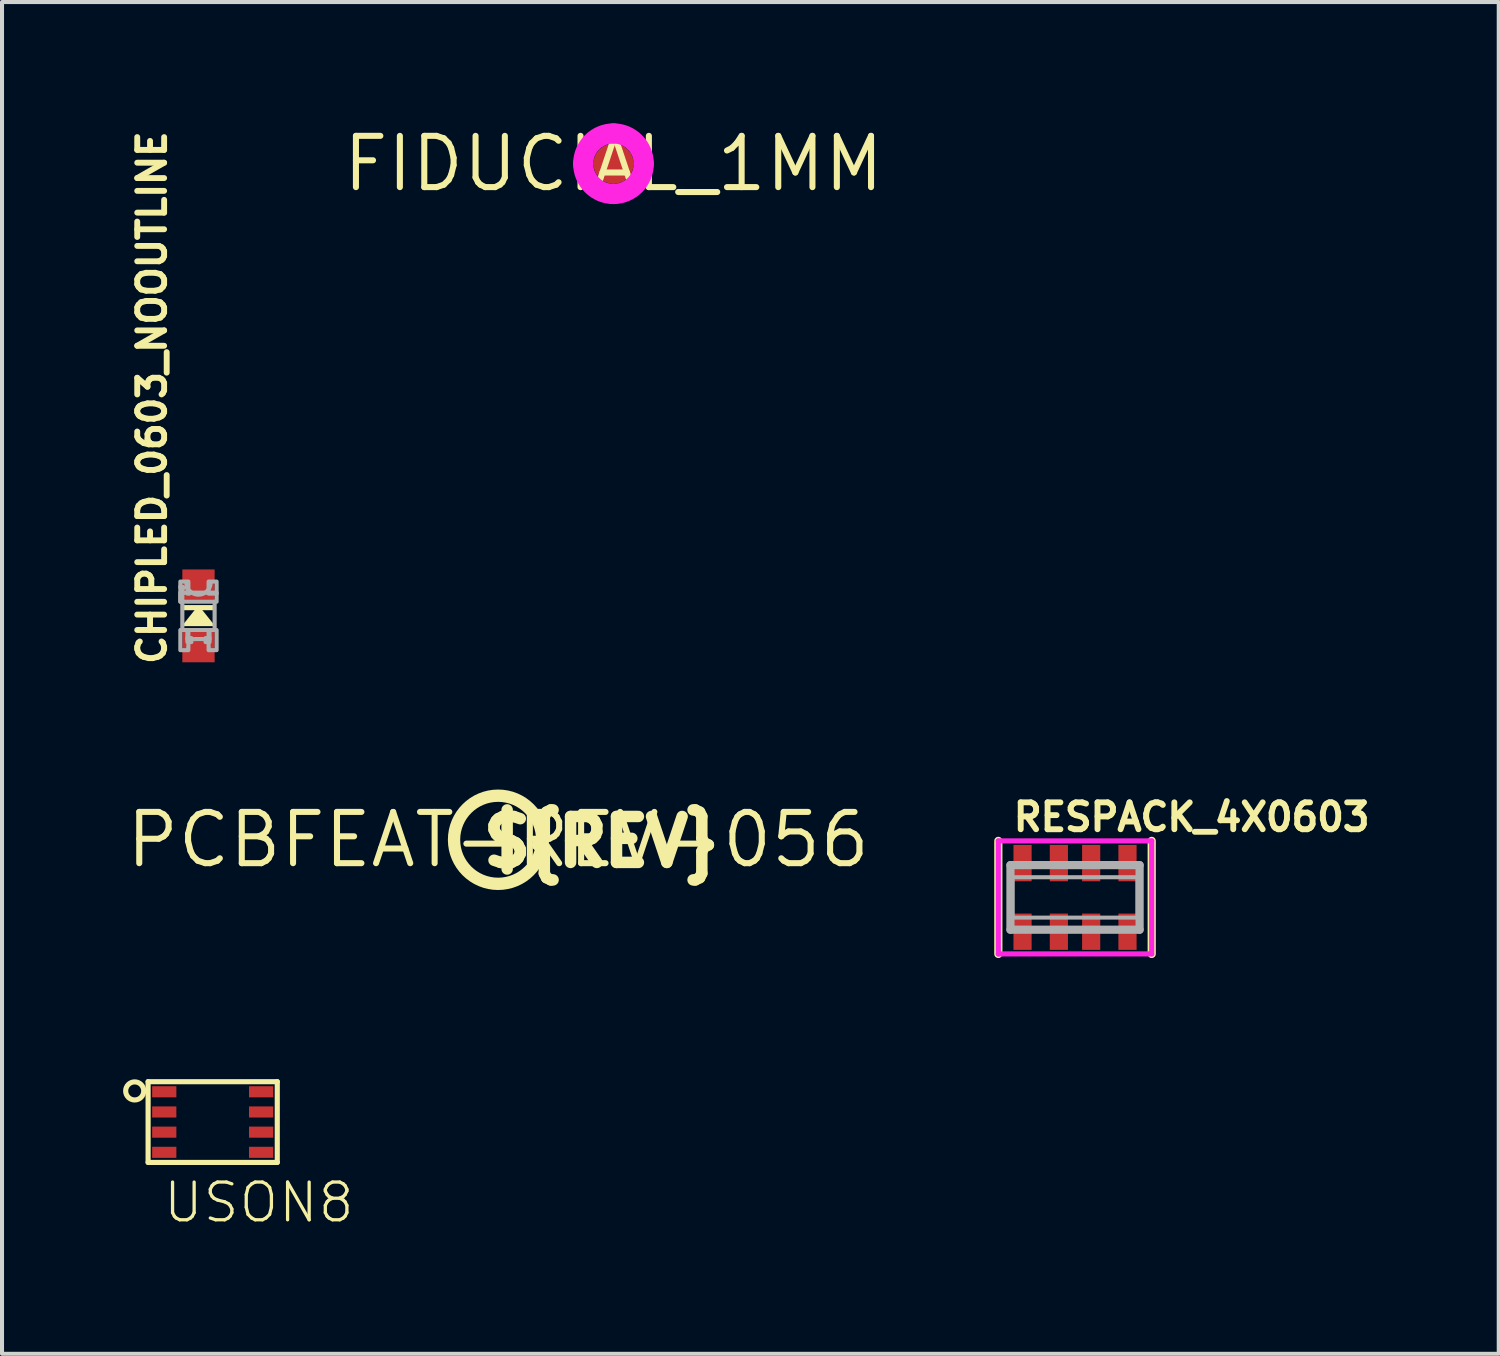
<source format=kicad_pcb>
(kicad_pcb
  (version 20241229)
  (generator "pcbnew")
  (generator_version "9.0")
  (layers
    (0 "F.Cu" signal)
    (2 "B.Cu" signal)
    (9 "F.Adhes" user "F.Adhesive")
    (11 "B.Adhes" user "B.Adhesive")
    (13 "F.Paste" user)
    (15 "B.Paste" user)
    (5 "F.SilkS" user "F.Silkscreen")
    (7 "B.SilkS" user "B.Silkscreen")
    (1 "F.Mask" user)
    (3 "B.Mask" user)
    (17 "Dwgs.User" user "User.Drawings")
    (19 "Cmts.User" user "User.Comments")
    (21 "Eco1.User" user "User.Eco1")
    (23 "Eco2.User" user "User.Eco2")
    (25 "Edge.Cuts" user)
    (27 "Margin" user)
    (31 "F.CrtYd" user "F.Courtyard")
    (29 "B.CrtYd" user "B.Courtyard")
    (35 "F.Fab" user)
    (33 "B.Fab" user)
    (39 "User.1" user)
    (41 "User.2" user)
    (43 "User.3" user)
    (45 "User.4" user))
  (footprint "PCBFEAT-REV-056"
    (layer "F.Cu")
    (at 9.29 17.754)
    (property "Reference" "PCBFEAT-REV-056" (at 0 0 0) (layer "F.SilkS") (effects (font (size 1.27 1.27) (thickness 0.15))))
    (fp_circle (center 0 0) (end 1.092 0) (stroke (width 0.305) (type solid)) (fill no) (layer "F.SilkS"))
    (fp_text user "${REV}" (at -0.505 0.715 0) (unlocked yes) (layer "F.SilkS") (effects (font (size 1.138 1.138) (thickness 0.284)) (justify left bottom))))
  (footprint "CHIPLED_0603_NOOUTLINE"
    (layer "F.Cu")
    (at 1.867 12.207)
    (property "Reference" "CHIPLED_0603_NOOUTLINE" (at -0.762 1.27 90) (unlocked yes) (layer "F.SilkS") (effects (font (size 0.666 0.666) (thickness 0.146)) (justify left bottom)))
    (fp_poly (pts (xy 0.413 0.254) (xy -0.413 0.254) (xy 0 -0.262)) (stroke (width 0) (type default)) (fill yes) (layer "F.SilkS"))
    (fp_poly (pts (xy -0.381 -0.14) (xy 0.381 -0.14) (xy 0.381 -0.267) (xy -0.381 -0.267)) (stroke (width 0) (type default)) (fill yes) (layer "F.SilkS"))
    (fp_line (start -0.4 -0.375) (end -0.4 0.35) (stroke (width 0.102) (type solid)) (layer "F.Fab"))
    (fp_line (start 0.4 -0.35) (end 0.4 0.35) (stroke (width 0.102) (type solid)) (layer "F.Fab"))
    (fp_arc (start -0.275 0.825) (mid 0 0.55) (end 0.275 0.825) (stroke (width 0.0508) (type solid)) (layer "F.Fab"))
    (fp_arc (start 0.3 -0.799998) (mid -0.000001 -0.524966) (end -0.3 -0.8) (stroke (width 0.1016) (type solid)) (layer "F.Fab"))
    (fp_circle (center -0.35 -0.625) (end -0.275 -0.625) (stroke (width 0.051) (type solid)) (fill no) (layer "F.Fab"))
    (fp_poly (pts (xy -0.45 -0.7) (xy -0.25 -0.7) (xy -0.25 -0.85) (xy -0.45 -0.85)) (stroke (width 0.1) (type default)) (fill no) (layer "F.Fab"))
    (fp_poly (pts (xy -0.45 -0.35) (xy -0.4 -0.35) (xy -0.4 -0.725) (xy -0.45 -0.725)) (stroke (width 0.1) (type default)) (fill no) (layer "F.Fab"))
    (fp_poly (pts (xy -0.45 -0.35) (xy 0.45 -0.35) (xy 0.45 -0.575) (xy -0.45 -0.575)) (stroke (width 0.1) (type default)) (fill no) (layer "F.Fab"))
    (fp_poly (pts (xy -0.45 0.85) (xy -0.25 0.85) (xy -0.25 0.35) (xy -0.45 0.35)) (stroke (width 0.1) (type default)) (fill no) (layer "F.Fab"))
    (fp_poly (pts (xy -0.275 -0.55) (xy -0.225 -0.55) (xy -0.225 -0.6) (xy -0.275 -0.6)) (stroke (width 0.1) (type default)) (fill no) (layer "F.Fab"))
    (fp_poly (pts (xy -0.275 0.575) (xy 0.275 0.575) (xy 0.275 0.35) (xy -0.275 0.35)) (stroke (width 0.1) (type default)) (fill no) (layer "F.Fab"))
    (fp_poly (pts (xy -0.275 0.65) (xy -0.175 0.65) (xy -0.175 0.55) (xy -0.275 0.55)) (stroke (width 0.1) (type default)) (fill no) (layer "F.Fab"))
    (fp_poly (pts (xy 0.175 0.65) (xy 0.275 0.65) (xy 0.275 0.55) (xy 0.175 0.55)) (stroke (width 0.1) (type default)) (fill no) (layer "F.Fab"))
    (fp_poly (pts (xy 0.25 -0.55) (xy 0.45 -0.55) (xy 0.45 -0.85) (xy 0.25 -0.85)) (stroke (width 0.1) (type default)) (fill no) (layer "F.Fab"))
    (fp_poly (pts (xy 0.25 0.85) (xy 0.45 0.85) (xy 0.45 0.35) (xy 0.25 0.35)) (stroke (width 0.1) (type default)) (fill no) (layer "F.Fab"))
    (pad "A" smd rect (at 0 0.75) (size 0.8 0.8) (layers "F.Cu" "F.Mask" "F.Paste"))
    (pad "C" smd rect (at 0 -0.75) (size 0.8 0.8) (layers "F.Cu" "F.Mask" "F.Paste")))
  (footprint "RESPACK_4X0603"
    (layer "F.Cu")
    (at 23.582 19.182)
    (property "Reference" "RESPACK_4X0603" (at -1.6 -1.6 0) (unlocked yes) (layer "F.SilkS") (effects (font (size 0.666 0.666) (thickness 0.146)) (justify left bottom)))
    (fp_line (start -1.9 1.4) (end -1.9 -1.4) (stroke (width 0.203) (type solid)) (layer "F.SilkS"))
    (fp_line (start 1.9 -1.4) (end 1.9 1.4) (stroke (width 0.203) (type solid)) (layer "F.SilkS"))
    (fp_line (start -1.9 -1.4) (end 1.9 -1.4) (stroke (width 0.127) (type solid)) (layer "F.CrtYd"))
    (fp_line (start -1.9 1.4) (end -1.9 -1.4) (stroke (width 0.127) (type solid)) (layer "F.CrtYd"))
    (fp_line (start -1.9 1.4) (end 1.9 1.4) (stroke (width 0.127) (type solid)) (layer "F.CrtYd"))
    (fp_line (start 1.9 -1.4) (end 1.9 1.4) (stroke (width 0.127) (type solid)) (layer "F.CrtYd"))
    (fp_line (start -1.6 -0.8) (end 1.6 -0.8) (stroke (width 0.203) (type solid)) (layer "F.Fab"))
    (fp_line (start -1.6 0.8) (end -1.6 -0.8) (stroke (width 0.203) (type solid)) (layer "F.Fab"))
    (fp_line (start 1.6 -0.8) (end 1.6 0.8) (stroke (width 0.203) (type solid)) (layer "F.Fab"))
    (fp_line (start 1.6 0.8) (end -1.6 0.8) (stroke (width 0.203) (type solid)) (layer "F.Fab"))
    (fp_poly (pts (xy -1.55 0.5) (xy 1.55 0.5) (xy 1.55 -0.5) (xy -1.55 -0.5)) (stroke (width 0.1) (type default)) (fill no) (layer "F.Fab"))
    (pad "1" smd rect (at -1.3 0.85) (size 0.45 0.9) (layers "F.Cu" "F.Mask" "F.Paste"))
    (pad "2" smd rect (at -0.4 0.85) (size 0.45 0.9) (layers "F.Cu" "F.Mask" "F.Paste"))
    (pad "3" smd rect (at 0.4 0.85) (size 0.45 0.9) (layers "F.Cu" "F.Mask" "F.Paste"))
    (pad "4" smd rect (at 1.3 0.85) (size 0.45 0.9) (layers "F.Cu" "F.Mask" "F.Paste"))
    (pad "5" smd rect (at 1.3 -0.85) (size 0.45 0.9) (layers "F.Cu" "F.Mask" "F.Paste"))
    (pad "6" smd rect (at 0.4 -0.85) (size 0.45 0.9) (layers "F.Cu" "F.Mask" "F.Paste"))
    (pad "7" smd rect (at -0.4 -0.85) (size 0.45 0.9) (layers "F.Cu" "F.Mask" "F.Paste"))
    (pad "8" smd rect (at -1.3 -0.85) (size 0.45 0.9) (layers "F.Cu" "F.Mask" "F.Paste")))
  (footprint "USON8"
    (layer "F.Cu")
    (at 2.219 24.747)
    (property "Reference" "USON8" (at -1.27 2.54 0) (unlocked yes) (layer "F.SilkS") (effects (font (size 0.935 0.935) (thickness 0.081)) (justify left bottom)))
    (fp_line (start -1.6 -1) (end 1.6 -1) (stroke (width 0.127) (type solid)) (layer "F.SilkS"))
    (fp_line (start -1.6 1) (end -1.6 -1) (stroke (width 0.127) (type solid)) (layer "F.SilkS"))
    (fp_line (start 1.6 -1) (end 1.6 1) (stroke (width 0.127) (type solid)) (layer "F.SilkS"))
    (fp_line (start 1.6 1) (end -1.6 1) (stroke (width 0.127) (type solid)) (layer "F.SilkS"))
    (fp_circle (center -1.932 -0.771) (end -1.708 -0.771) (stroke (width 0.127) (type solid)) (fill no) (layer "F.SilkS"))
    (pad "1" smd rect (at -1.2 -0.75 90) (size 0.275 0.6) (layers "F.Cu" "F.Mask" "F.Paste"))
    (pad "2" smd rect (at -1.2 -0.25 90) (size 0.275 0.6) (layers "F.Cu" "F.Mask" "F.Paste"))
    (pad "3" smd rect (at -1.2 0.25 90) (size 0.275 0.6) (layers "F.Cu" "F.Mask" "F.Paste"))
    (pad "4" smd rect (at -1.2 0.75 90) (size 0.275 0.6) (layers "F.Cu" "F.Mask" "F.Paste"))
    (pad "5" smd rect (at 1.2 0.75 90) (size 0.275 0.6) (layers "F.Cu" "F.Mask" "F.Paste"))
    (pad "6" smd rect (at 1.2 0.25 90) (size 0.275 0.6) (layers "F.Cu" "F.Mask" "F.Paste"))
    (pad "7" smd rect (at 1.2 -0.25 90) (size 0.275 0.6) (layers "F.Cu" "F.Mask" "F.Paste"))
    (pad "8" smd rect (at 1.2 -0.75 90) (size 0.275 0.6) (layers "F.Cu" "F.Mask" "F.Paste")))
  (footprint "FIDUCIAL_1MM"
    (layer "F.Cu")
    (at 12.148 1.006)
    (property "Reference" "FIDUCIAL_1MM" (at 0 0 0) (layer "F.SilkS") (effects (font (size 1.27 1.27) (thickness 0.15))))
    (fp_arc (start -0.75 0) (mid -0.53033 -0.53033) (end 0 -0.75) (stroke (width 0.4699) (type solid)) (layer "F.Mask"))
    (fp_arc (start 0 -0.75) (mid 0.53033 -0.53033) (end 0.75 0) (stroke (width 0.4699) (type solid)) (layer "F.Mask"))
    (fp_arc (start 0 0.75) (mid -0.53033 0.53033) (end -0.75 0) (stroke (width 0.4699) (type solid)) (layer "F.Mask"))
    (fp_arc (start 0.75 0) (mid 0.53033 0.53033) (end 0 0.75) (stroke (width 0.4699) (type solid)) (layer "F.Mask"))
    (fp_arc (start -0.75 0) (mid -0.53033 -0.53033) (end 0 -0.75) (stroke (width 0.5) (type solid)) (layer "F.CrtYd"))
    (fp_arc (start 0 -0.75) (mid 0.53033 -0.53033) (end 0.75 0) (stroke (width 0.5) (type solid)) (layer "F.CrtYd"))
    (fp_arc (start 0 0.75) (mid -0.53033 0.53033) (end -0.75 0) (stroke (width 0.5) (type solid)) (layer "F.CrtYd"))
    (fp_arc (start 0.75 0) (mid 0.53033 0.53033) (end 0 0.75) (stroke (width 0.5) (type solid)) (layer "F.CrtYd"))
    (pad "1" smd roundrect (at 0 0) (size 1 1) (layers "F.Cu" "F.Mask") (roundrect_rratio 0.5)))
  (gr_rect
    (start -3 -3)
    (end 34.079 30.488)
    (stroke (width 0.1) (type default))
    (fill no)
    (layer "Edge.Cuts")))
</source>
